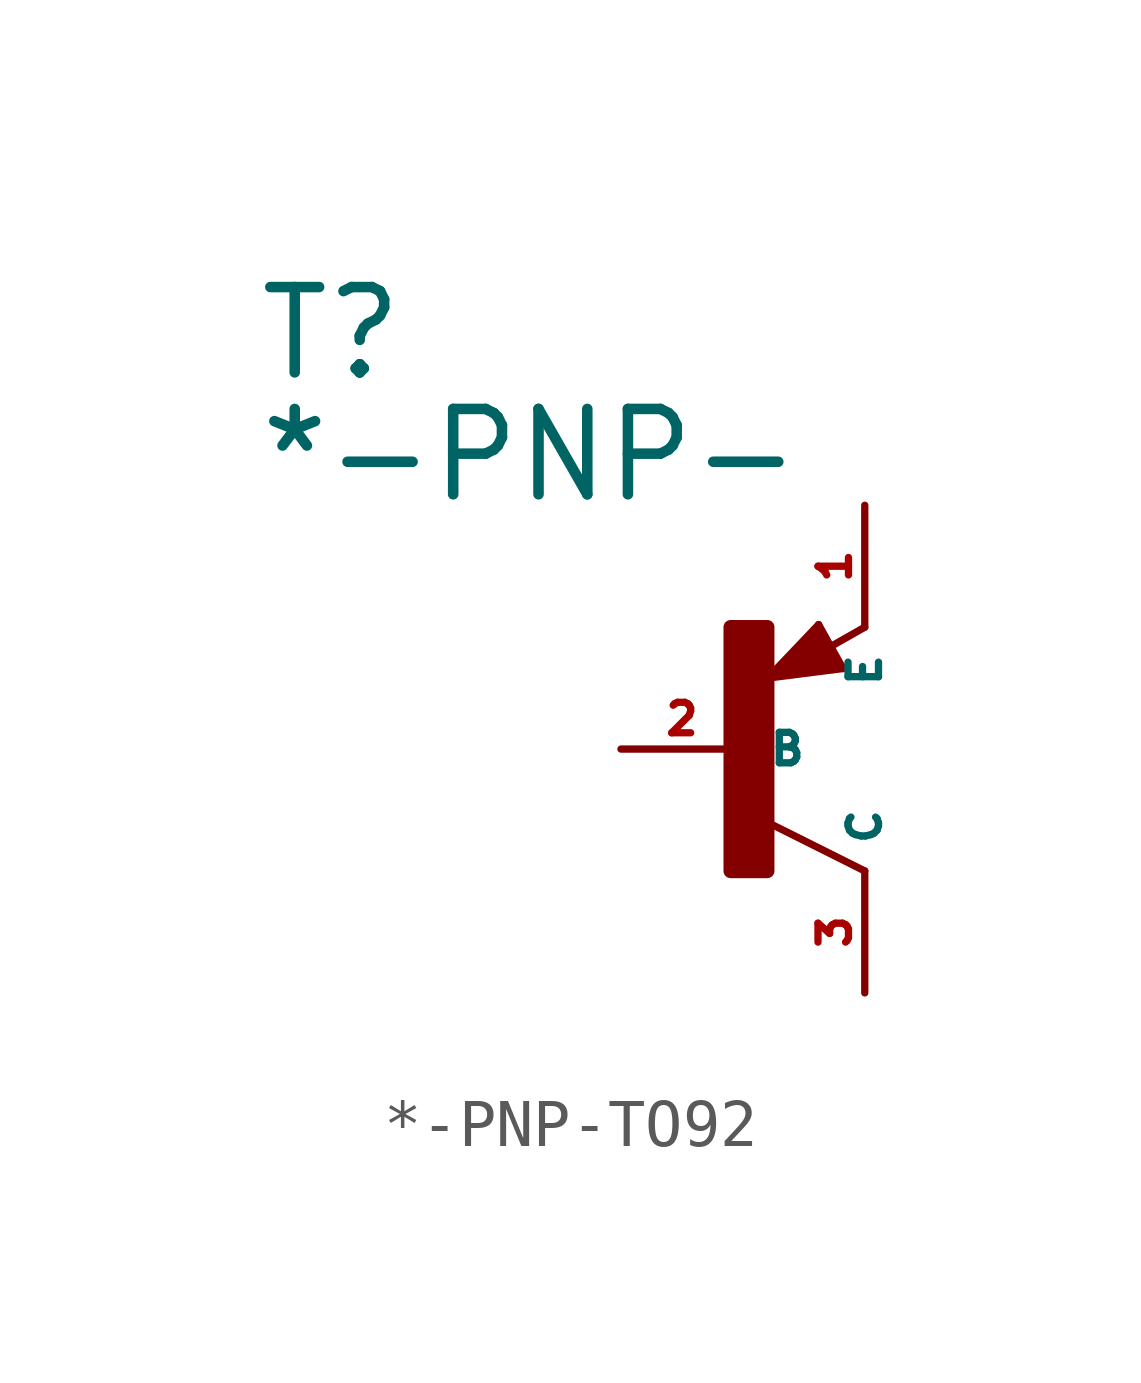
<source format=kicad_sym>
(kicad_symbol_lib
  (version 20220914)
  (generator Eagle2Kicad)
  (symbol "*-PNP-TO92"
    (property "Reference" "T"
      (at -10.16 7.62 0)
      (effects (font (size 1.778 1.778) (thickness 0.22)) (justify left bottom)))
    (property "Value" "*-PNP-"
      (at -10.16 5.08 0)
      (effects (font (size 1.778 1.778) (thickness 0.22)) (justify left bottom)))
    (polyline
      (pts (xy 2.086 1.678) (xy 1.578 2.594))
      (stroke (width 0.152) (type default))
      (fill (type none)))
    (polyline
      (pts (xy 1.578 2.594) (xy 0.516 1.478))
      (stroke (width 0.152) (type default))
      (fill (type none)))
    (polyline
      (pts (xy 0.516 1.478) (xy 2.086 1.678))
      (stroke (width 0.152) (type default))
      (fill (type none)))
    (polyline
      (pts (xy 2.54 2.54) (xy 1.808 2.124))
      (stroke (width 0.152) (type default))
      (fill (type none)))
    (polyline
      (pts (xy 2.54 -2.54) (xy 0.508 -1.524))
      (stroke (width 0.152) (type default))
      (fill (type none)))
    (polyline
      (pts (xy 1.905 1.778) (xy 1.524 2.413))
      (stroke (width 0.254) (type default))
      (fill (type none)))
    (polyline
      (pts (xy 1.524 2.413) (xy 0.762 1.651))
      (stroke (width 0.254) (type default))
      (fill (type none)))
    (polyline
      (pts (xy 0.762 1.651) (xy 1.778 1.778))
      (stroke (width 0.254) (type default))
      (fill (type none)))
    (polyline
      (pts (xy 1.778 1.778) (xy 1.524 2.159))
      (stroke (width 0.254) (type default))
      (fill (type none)))
    (polyline
      (pts (xy 1.524 2.159) (xy 1.143 1.905))
      (stroke (width 0.254) (type default))
      (fill (type none)))
    (polyline
      (pts (xy 1.143 1.905) (xy 1.524 1.905))
      (stroke (width 0.254) (type default))
      (fill (type none)))
    (rectangle
      (start -0.254 -2.54)
      (end 0.508 2.54)
      (stroke (width 0.3) (type default))
      (fill (type outline)))
    (pin passive line
      (at -2.54 0 0)
      (length 2.54)
      (name "B" (effects (font (size 0.635 0.635) (thickness 0.08)) (justify left bottom)))
      (number "2" (effects (font (size 0.635 0.635) (thickness 0.08)) (justify left bottom))))
    (pin passive line
      (at 2.54 5.08 270)
      (length 2.54)
      (name "E" (effects (font (size 0.635 0.635) (thickness 0.08)) (justify left bottom)))
      (number "1" (effects (font (size 0.635 0.635) (thickness 0.08)) (justify left bottom))))
    (pin passive line
      (at 2.54 -5.08 90)
      (length 2.54)
      (name "C" (effects (font (size 0.635 0.635) (thickness 0.08)) (justify left bottom)))
      (number "3" (effects (font (size 0.635 0.635) (thickness 0.08)) (justify left bottom))))))
</source>
